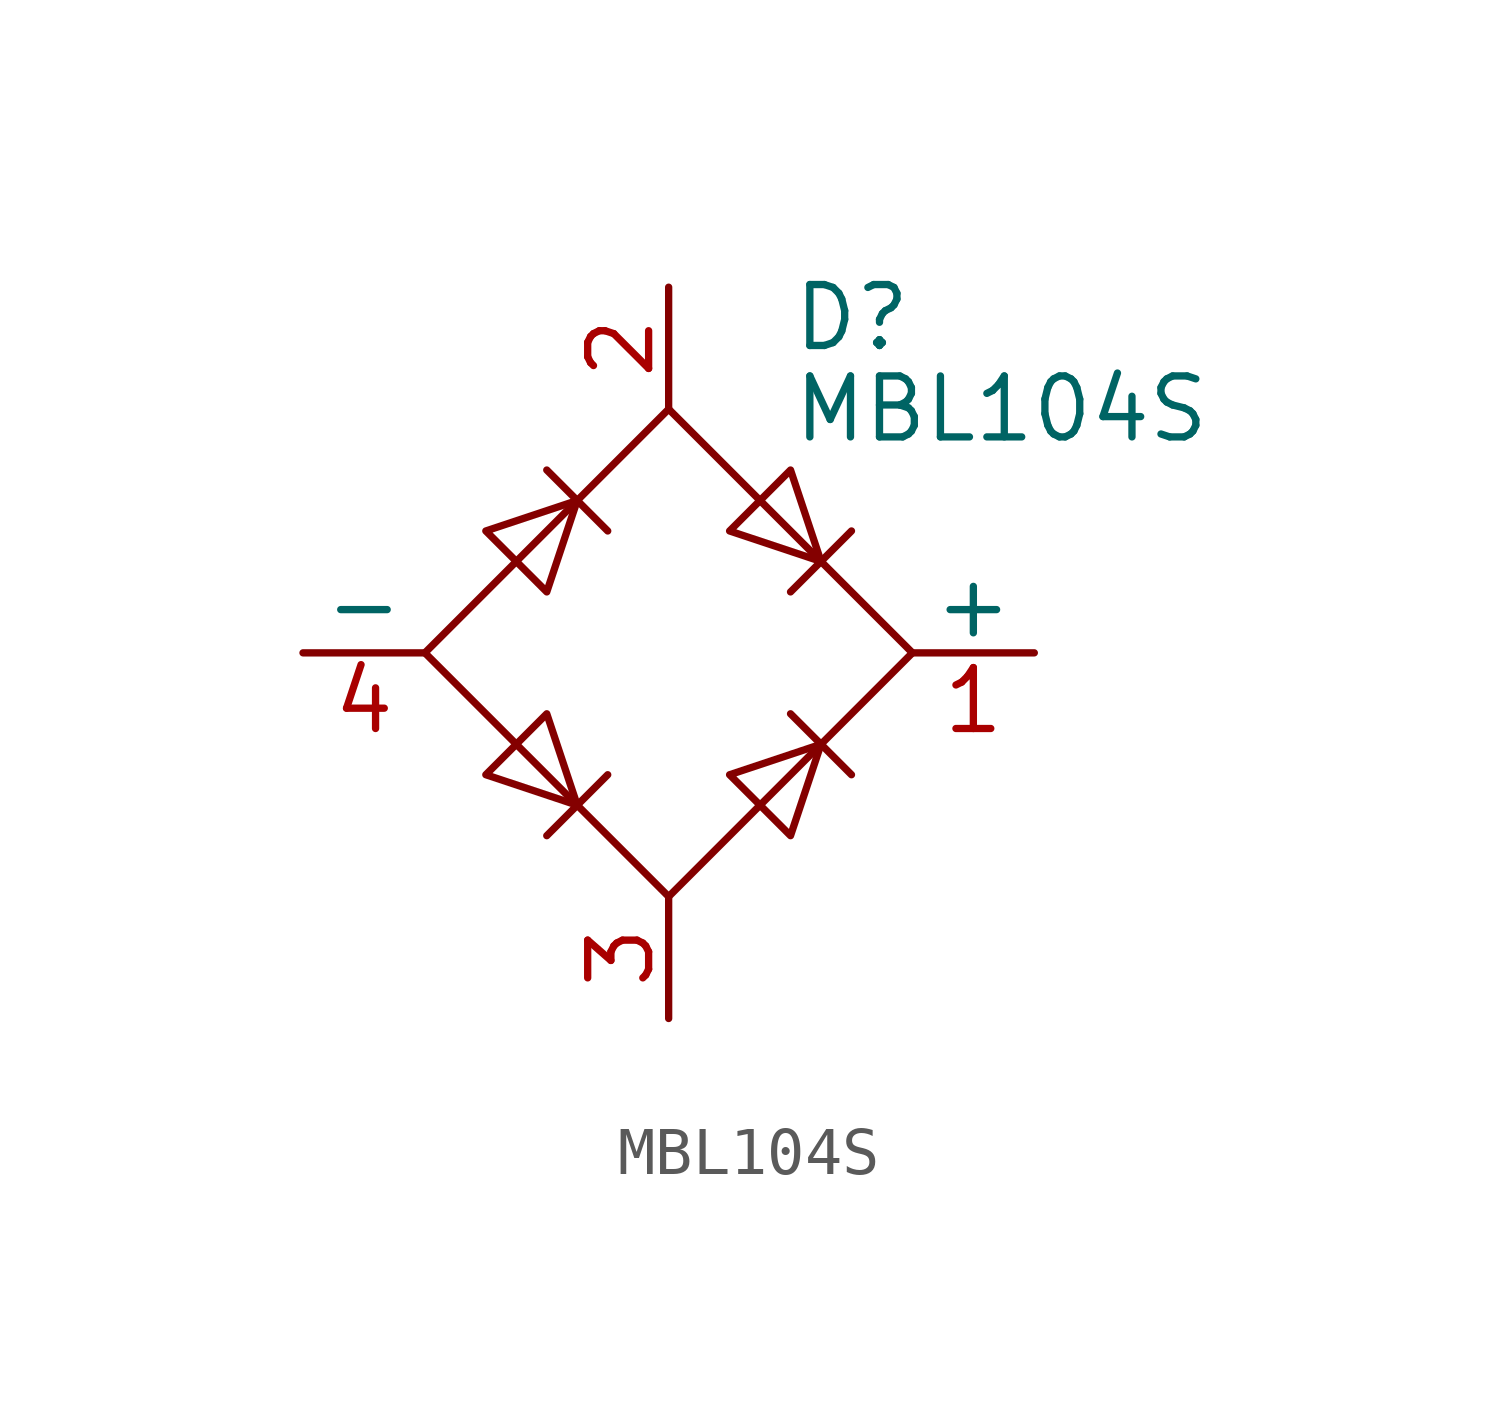
<source format=kicad_sym>
(kicad_symbol_lib
  (version 20220914)
  (generator kicad_symbol_editor)
  (symbol "MBL104S"
    (pin_names
      (offset 0))
    (property "Reference" "D"
      (at 2.54 6.985 0)
      (effects (font (size 1.27 1.27)) (justify left)))
    (property "Value" "MBL104S"
      (at 2.54 5.08 0)
      (effects (font (size 1.27 1.27)) (justify left)))
    (symbol "MBL104S_0_1"
      (polyline (pts (xy -2.54 3.81) (xy -1.27 2.54)) (stroke (width 0) (type default)) (fill (type none)))
      (polyline (pts (xy -1.27 -2.54) (xy -2.54 -3.81)) (stroke (width 0) (type default)) (fill (type none)))
      (polyline (pts (xy 2.54 -1.27) (xy 3.81 -2.54)) (stroke (width 0) (type default)) (fill (type none)))
      (polyline (pts (xy 2.54 1.27) (xy 3.81 2.54)) (stroke (width 0) (type default)) (fill (type none)))
      (polyline (pts (xy -3.81 2.54) (xy -2.54 1.27) (xy -1.905 3.175) (xy -3.81 2.54)) (stroke (width 0) (type default)) (fill (type none)))
      (polyline (pts (xy -2.54 -1.27) (xy -3.81 -2.54) (xy -1.905 -3.175) (xy -2.54 -1.27)) (stroke (width 0) (type default)) (fill (type none)))
      (polyline (pts (xy 1.27 2.54) (xy 2.54 3.81) (xy 3.175 1.905) (xy 1.27 2.54)) (stroke (width 0) (type default)) (fill (type none)))
      (polyline (pts (xy 3.175 -1.905) (xy 1.27 -2.54) (xy 2.54 -3.81) (xy 3.175 -1.905)) (stroke (width 0) (type default)) (fill (type none)))
      (polyline (pts (xy -5.08 0) (xy 0 -5.08) (xy 5.08 0) (xy 0 5.08) (xy -5.08 0)) (stroke (width 0) (type default)) (fill (type none))))
    (symbol "MBL104S_1_1"
      (pin passive line (at 7.62 0 180) (length 2.54) (name "+" (effects (font (size 1.27 1.27)))) (number "1" (effects (font (size 1.27 1.27)))))
      (pin passive line (at 0 7.62 270) (length 2.54) (name "~" (effects (font (size 1.27 1.27)))) (number "2" (effects (font (size 1.27 1.27)))))
      (pin passive line (at 0 -7.62 90) (length 2.54) (name "~" (effects (font (size 1.27 1.27)))) (number "3" (effects (font (size 1.27 1.27)))))
      (pin passive line (at -7.62 0 0) (length 2.54) (name "-" (effects (font (size 1.27 1.27)))) (number "4" (effects (font (size 1.27 1.27))))))))
</source>
